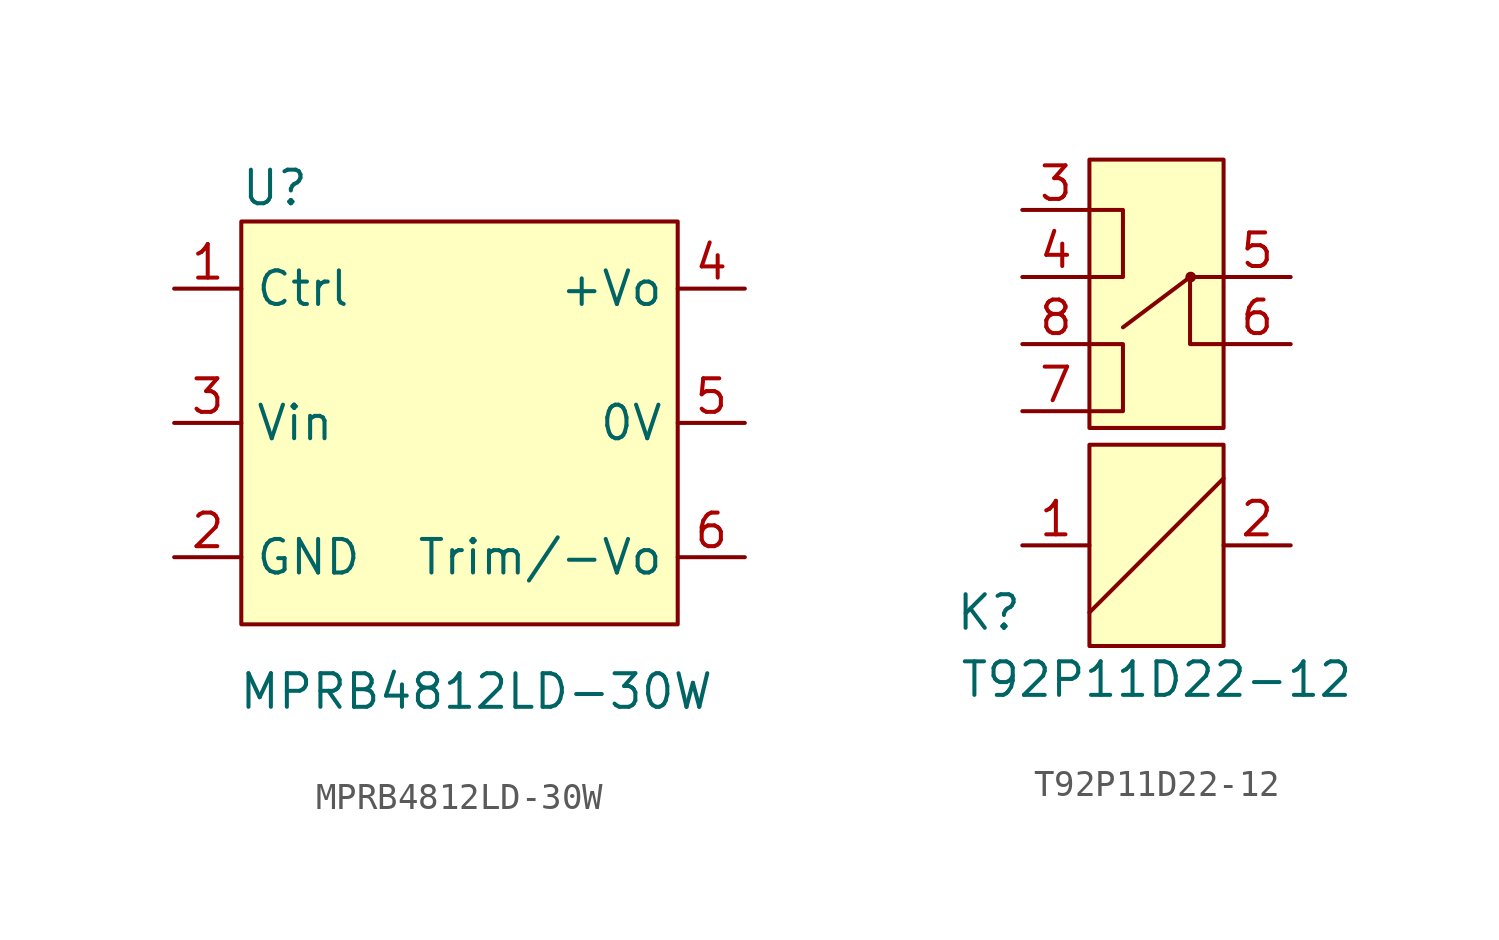
<source format=kicad_sym>
(kicad_symbol_lib
  (version 20211014)
  (generator kicad_symbol_editor)
  (symbol "MPRB4812LD-30W"
    (property "Reference" "U"
      (at 1.27 22.86 0)
      (effects (font (size 1.27 1.27))))
    (property "Value" "MPRB4812LD-30W"
      (at 8.89 3.81 0)
      (effects (font (size 1.27 1.27))))
    (symbol "MPRB4812LD-30W_0_0"
      (rectangle (start 0 21.59) (end 16.51 6.35) (stroke (width 0) (type default) (color 0 0 0 0)) (fill (type background))))
    (symbol "MPRB4812LD-30W_1_1"
      (pin input line (at -2.54 19.05 0) (length 2.54) (name "Ctrl" (effects (font (size 1.27 1.27)))) (number "1" (effects (font (size 1.27 1.27)))))
      (pin input line (at -2.54 8.89 0) (length 2.54) (name "GND" (effects (font (size 1.27 1.27)))) (number "2" (effects (font (size 1.27 1.27)))))
      (pin input line (at -2.54 13.97 0) (length 2.54) (name "Vin" (effects (font (size 1.27 1.27)))) (number "3" (effects (font (size 1.27 1.27)))))
      (pin input line (at 19.05 19.05 180) (length 2.54) (name "+Vo" (effects (font (size 1.27 1.27)))) (number "4" (effects (font (size 1.27 1.27)))))
      (pin input line (at 19.05 13.97 180) (length 2.54) (name "0V" (effects (font (size 1.27 1.27)))) (number "5" (effects (font (size 1.27 1.27)))))
      (pin input line (at 19.05 8.89 180) (length 2.54) (name "Trim/-Vo" (effects (font (size 1.27 1.27)))) (number "6" (effects (font (size 1.27 1.27)))))))
  (symbol "T92P11D22-12"
    (property "Reference" "K"
      (at -6.35 -2.54 0)
      (effects (font (size 1.27 1.27))))
    (property "Value" "T92P11D22-12"
      (at 0 -5.08 0)
      (effects (font (size 1.27 1.27))))
    (symbol "T92P11D22-12_0_1"
      (rectangle (start -2.54 3.81) (end 2.54 -3.81) (stroke (width 0) (type default) (color 0 0 0 0)) (fill (type background)))
      (rectangle (start -2.54 14.605) (end 2.54 4.445) (stroke (width 0) (type default) (color 0 0 0 0)) (fill (type background)))
      (polyline (pts (xy 1.27 10.16) (xy -1.27 8.255)) (stroke (width 0) (type default) (color 0 0 0 0)) (fill (type none)))
      (polyline (pts (xy 2.54 2.54) (xy -2.54 -2.54)) (stroke (width 0) (type default) (color 0 0 0 0)) (fill (type none)))
      (polyline (pts (xy -2.54 7.62) (xy -1.27 7.62) (xy -1.27 5.08) (xy -2.54 5.08)) (stroke (width 0) (type default) (color 0 0 0 0)) (fill (type none)))
      (polyline (pts (xy -2.54 10.16) (xy -1.27 10.16) (xy -1.27 12.7) (xy -2.54 12.7)) (stroke (width 0) (type default) (color 0 0 0 0)) (fill (type none)))
      (polyline (pts (xy 2.54 10.16) (xy 1.27 10.16) (xy 1.27 7.62) (xy 2.54 7.62)) (stroke (width 0) (type default) (color 0 0 0 0)) (fill (type none)))
      (circle (center 1.295 10.16) (radius 0.127) (stroke (width 0) (type default) (color 0 0 0 0)) (fill (type none))))
    (symbol "T92P11D22-12_1_1"
      (pin input line (at -5.08 0 0) (length 2.54) (name "" (effects (font (size 1.27 1.27)))) (number "1" (effects (font (size 1.27 1.27)))))
      (pin input line (at 5.08 0 180) (length 2.54) (name "" (effects (font (size 1.27 1.27)))) (number "2" (effects (font (size 1.27 1.27)))))
      (pin input line (at -5.08 12.7 0) (length 2.54) (name "" (effects (font (size 1.27 1.27)))) (number "3" (effects (font (size 1.27 1.27)))))
      (pin input line (at -5.08 10.16 0) (length 2.54) (name "" (effects (font (size 1.27 1.27)))) (number "4" (effects (font (size 1.27 1.27)))))
      (pin input line (at 5.08 10.16 180) (length 2.54) (name "" (effects (font (size 1.27 1.27)))) (number "5" (effects (font (size 1.27 1.27)))))
      (pin input line (at 5.08 7.62 180) (length 2.54) (name "" (effects (font (size 1.27 1.27)))) (number "6" (effects (font (size 1.27 1.27)))))
      (pin input line (at -5.08 5.08 0) (length 2.54) (name "" (effects (font (size 1.27 1.27)))) (number "7" (effects (font (size 1.27 1.27)))))
      (pin input line (at -5.08 7.62 0) (length 2.54) (name "" (effects (font (size 1.27 1.27)))) (number "8" (effects (font (size 1.27 1.27))))))))
</source>
